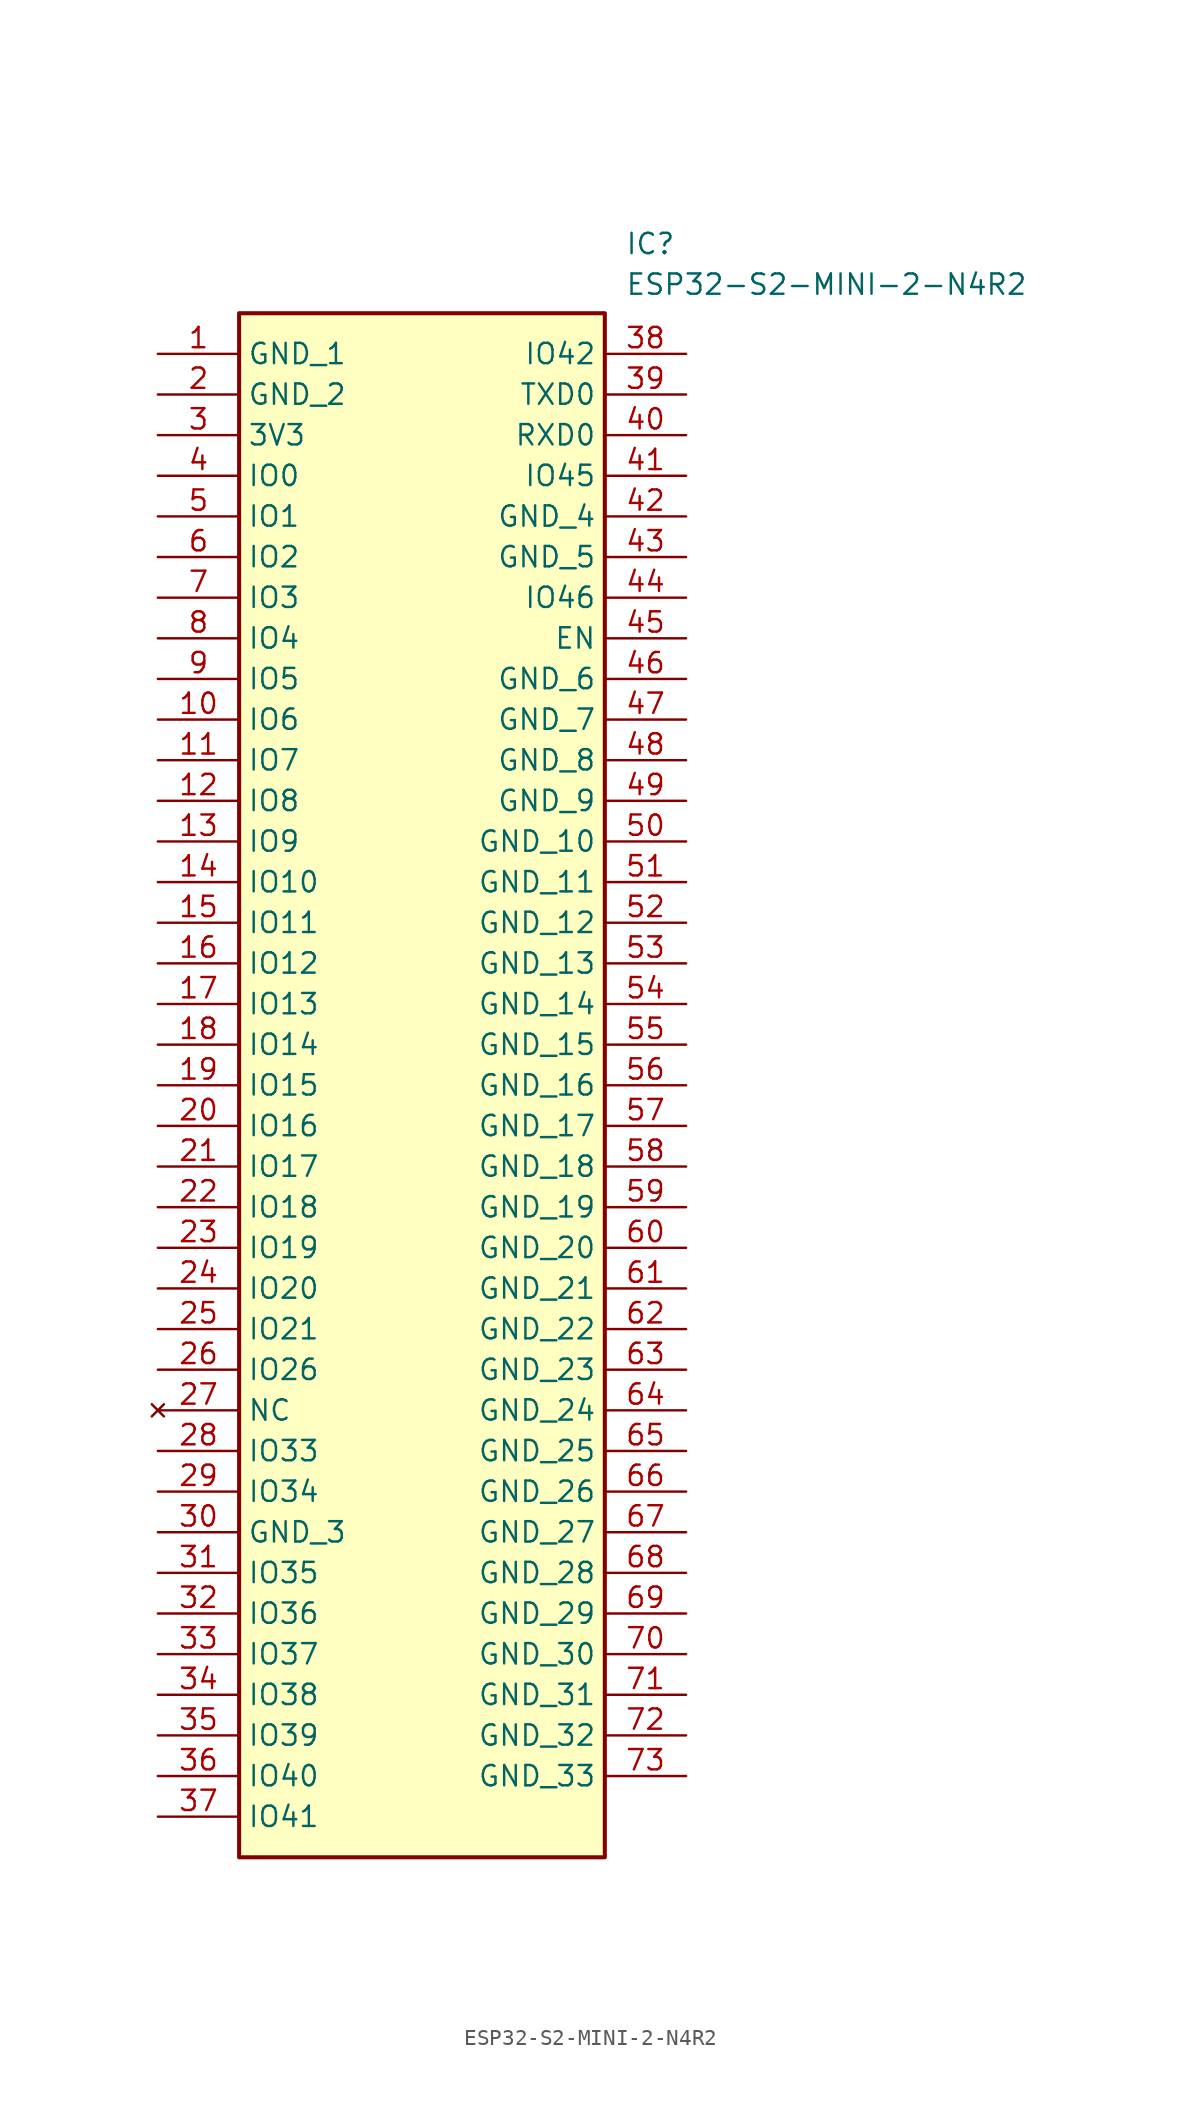
<source format=kicad_sym>
(kicad_symbol_lib
  (version 20211014)
  (generator SamacSys_ECAD_Model)
  (symbol "ESP32-S2-MINI-2-N4R2"
    (property "Reference" "IC"
      (at 29.21 7.62 0)
      (effects (font (size 1.27 1.27)) (justify left top)))
    (property "Value" "ESP32-S2-MINI-2-N4R2"
      (at 29.21 5.08 0)
      (effects (font (size 1.27 1.27)) (justify left top)))
    (rectangle
      (start 5.08 2.54)
      (end 27.94 -93.98)
      (stroke (width 0.254) (type default))
      (fill (type background)))
    (pin passive line
      (at 0 0 0)
      (length 5.08)
      (name "GND_1" (effects (font (size 1.27 1.27))))
      (number "1" (effects (font (size 1.27 1.27)))))
    (pin passive line
      (at 0 -2.54 0)
      (length 5.08)
      (name "GND_2" (effects (font (size 1.27 1.27))))
      (number "2" (effects (font (size 1.27 1.27)))))
    (pin passive line
      (at 0 -5.08 0)
      (length 5.08)
      (name "3V3" (effects (font (size 1.27 1.27))))
      (number "3" (effects (font (size 1.27 1.27)))))
    (pin passive line
      (at 0 -7.62 0)
      (length 5.08)
      (name "IO0" (effects (font (size 1.27 1.27))))
      (number "4" (effects (font (size 1.27 1.27)))))
    (pin passive line
      (at 0 -10.16 0)
      (length 5.08)
      (name "IO1" (effects (font (size 1.27 1.27))))
      (number "5" (effects (font (size 1.27 1.27)))))
    (pin passive line
      (at 0 -12.7 0)
      (length 5.08)
      (name "IO2" (effects (font (size 1.27 1.27))))
      (number "6" (effects (font (size 1.27 1.27)))))
    (pin passive line
      (at 0 -15.24 0)
      (length 5.08)
      (name "IO3" (effects (font (size 1.27 1.27))))
      (number "7" (effects (font (size 1.27 1.27)))))
    (pin passive line
      (at 0 -17.78 0)
      (length 5.08)
      (name "IO4" (effects (font (size 1.27 1.27))))
      (number "8" (effects (font (size 1.27 1.27)))))
    (pin passive line
      (at 0 -20.32 0)
      (length 5.08)
      (name "IO5" (effects (font (size 1.27 1.27))))
      (number "9" (effects (font (size 1.27 1.27)))))
    (pin passive line
      (at 0 -22.86 0)
      (length 5.08)
      (name "IO6" (effects (font (size 1.27 1.27))))
      (number "10" (effects (font (size 1.27 1.27)))))
    (pin passive line
      (at 0 -25.4 0)
      (length 5.08)
      (name "IO7" (effects (font (size 1.27 1.27))))
      (number "11" (effects (font (size 1.27 1.27)))))
    (pin passive line
      (at 0 -27.94 0)
      (length 5.08)
      (name "IO8" (effects (font (size 1.27 1.27))))
      (number "12" (effects (font (size 1.27 1.27)))))
    (pin passive line
      (at 0 -30.48 0)
      (length 5.08)
      (name "IO9" (effects (font (size 1.27 1.27))))
      (number "13" (effects (font (size 1.27 1.27)))))
    (pin passive line
      (at 0 -33.02 0)
      (length 5.08)
      (name "IO10" (effects (font (size 1.27 1.27))))
      (number "14" (effects (font (size 1.27 1.27)))))
    (pin passive line
      (at 0 -35.56 0)
      (length 5.08)
      (name "IO11" (effects (font (size 1.27 1.27))))
      (number "15" (effects (font (size 1.27 1.27)))))
    (pin passive line
      (at 0 -38.1 0)
      (length 5.08)
      (name "IO12" (effects (font (size 1.27 1.27))))
      (number "16" (effects (font (size 1.27 1.27)))))
    (pin passive line
      (at 0 -40.64 0)
      (length 5.08)
      (name "IO13" (effects (font (size 1.27 1.27))))
      (number "17" (effects (font (size 1.27 1.27)))))
    (pin passive line
      (at 0 -43.18 0)
      (length 5.08)
      (name "IO14" (effects (font (size 1.27 1.27))))
      (number "18" (effects (font (size 1.27 1.27)))))
    (pin passive line
      (at 0 -45.72 0)
      (length 5.08)
      (name "IO15" (effects (font (size 1.27 1.27))))
      (number "19" (effects (font (size 1.27 1.27)))))
    (pin passive line
      (at 0 -48.26 0)
      (length 5.08)
      (name "IO16" (effects (font (size 1.27 1.27))))
      (number "20" (effects (font (size 1.27 1.27)))))
    (pin passive line
      (at 0 -50.8 0)
      (length 5.08)
      (name "IO17" (effects (font (size 1.27 1.27))))
      (number "21" (effects (font (size 1.27 1.27)))))
    (pin passive line
      (at 0 -53.34 0)
      (length 5.08)
      (name "IO18" (effects (font (size 1.27 1.27))))
      (number "22" (effects (font (size 1.27 1.27)))))
    (pin passive line
      (at 0 -55.88 0)
      (length 5.08)
      (name "IO19" (effects (font (size 1.27 1.27))))
      (number "23" (effects (font (size 1.27 1.27)))))
    (pin passive line
      (at 0 -58.42 0)
      (length 5.08)
      (name "IO20" (effects (font (size 1.27 1.27))))
      (number "24" (effects (font (size 1.27 1.27)))))
    (pin passive line
      (at 0 -60.96 0)
      (length 5.08)
      (name "IO21" (effects (font (size 1.27 1.27))))
      (number "25" (effects (font (size 1.27 1.27)))))
    (pin passive line
      (at 0 -63.5 0)
      (length 5.08)
      (name "IO26" (effects (font (size 1.27 1.27))))
      (number "26" (effects (font (size 1.27 1.27)))))
    (pin no_connect line
      (at 0 -66.04 0)
      (length 5.08)
      (name "NC" (effects (font (size 1.27 1.27))))
      (number "27" (effects (font (size 1.27 1.27)))))
    (pin passive line
      (at 0 -68.58 0)
      (length 5.08)
      (name "IO33" (effects (font (size 1.27 1.27))))
      (number "28" (effects (font (size 1.27 1.27)))))
    (pin passive line
      (at 0 -71.12 0)
      (length 5.08)
      (name "IO34" (effects (font (size 1.27 1.27))))
      (number "29" (effects (font (size 1.27 1.27)))))
    (pin passive line
      (at 0 -73.66 0)
      (length 5.08)
      (name "GND_3" (effects (font (size 1.27 1.27))))
      (number "30" (effects (font (size 1.27 1.27)))))
    (pin passive line
      (at 0 -76.2 0)
      (length 5.08)
      (name "IO35" (effects (font (size 1.27 1.27))))
      (number "31" (effects (font (size 1.27 1.27)))))
    (pin passive line
      (at 0 -78.74 0)
      (length 5.08)
      (name "IO36" (effects (font (size 1.27 1.27))))
      (number "32" (effects (font (size 1.27 1.27)))))
    (pin passive line
      (at 0 -81.28 0)
      (length 5.08)
      (name "IO37" (effects (font (size 1.27 1.27))))
      (number "33" (effects (font (size 1.27 1.27)))))
    (pin passive line
      (at 0 -83.82 0)
      (length 5.08)
      (name "IO38" (effects (font (size 1.27 1.27))))
      (number "34" (effects (font (size 1.27 1.27)))))
    (pin passive line
      (at 0 -86.36 0)
      (length 5.08)
      (name "IO39" (effects (font (size 1.27 1.27))))
      (number "35" (effects (font (size 1.27 1.27)))))
    (pin passive line
      (at 0 -88.9 0)
      (length 5.08)
      (name "IO40" (effects (font (size 1.27 1.27))))
      (number "36" (effects (font (size 1.27 1.27)))))
    (pin passive line
      (at 0 -91.44 0)
      (length 5.08)
      (name "IO41" (effects (font (size 1.27 1.27))))
      (number "37" (effects (font (size 1.27 1.27)))))
    (pin passive line
      (at 33.02 0 180)
      (length 5.08)
      (name "IO42" (effects (font (size 1.27 1.27))))
      (number "38" (effects (font (size 1.27 1.27)))))
    (pin passive line
      (at 33.02 -2.54 180)
      (length 5.08)
      (name "TXD0" (effects (font (size 1.27 1.27))))
      (number "39" (effects (font (size 1.27 1.27)))))
    (pin passive line
      (at 33.02 -5.08 180)
      (length 5.08)
      (name "RXD0" (effects (font (size 1.27 1.27))))
      (number "40" (effects (font (size 1.27 1.27)))))
    (pin passive line
      (at 33.02 -7.62 180)
      (length 5.08)
      (name "IO45" (effects (font (size 1.27 1.27))))
      (number "41" (effects (font (size 1.27 1.27)))))
    (pin passive line
      (at 33.02 -10.16 180)
      (length 5.08)
      (name "GND_4" (effects (font (size 1.27 1.27))))
      (number "42" (effects (font (size 1.27 1.27)))))
    (pin passive line
      (at 33.02 -12.7 180)
      (length 5.08)
      (name "GND_5" (effects (font (size 1.27 1.27))))
      (number "43" (effects (font (size 1.27 1.27)))))
    (pin passive line
      (at 33.02 -15.24 180)
      (length 5.08)
      (name "IO46" (effects (font (size 1.27 1.27))))
      (number "44" (effects (font (size 1.27 1.27)))))
    (pin passive line
      (at 33.02 -17.78 180)
      (length 5.08)
      (name "EN" (effects (font (size 1.27 1.27))))
      (number "45" (effects (font (size 1.27 1.27)))))
    (pin passive line
      (at 33.02 -20.32 180)
      (length 5.08)
      (name "GND_6" (effects (font (size 1.27 1.27))))
      (number "46" (effects (font (size 1.27 1.27)))))
    (pin passive line
      (at 33.02 -22.86 180)
      (length 5.08)
      (name "GND_7" (effects (font (size 1.27 1.27))))
      (number "47" (effects (font (size 1.27 1.27)))))
    (pin passive line
      (at 33.02 -25.4 180)
      (length 5.08)
      (name "GND_8" (effects (font (size 1.27 1.27))))
      (number "48" (effects (font (size 1.27 1.27)))))
    (pin passive line
      (at 33.02 -27.94 180)
      (length 5.08)
      (name "GND_9" (effects (font (size 1.27 1.27))))
      (number "49" (effects (font (size 1.27 1.27)))))
    (pin passive line
      (at 33.02 -30.48 180)
      (length 5.08)
      (name "GND_10" (effects (font (size 1.27 1.27))))
      (number "50" (effects (font (size 1.27 1.27)))))
    (pin passive line
      (at 33.02 -33.02 180)
      (length 5.08)
      (name "GND_11" (effects (font (size 1.27 1.27))))
      (number "51" (effects (font (size 1.27 1.27)))))
    (pin passive line
      (at 33.02 -35.56 180)
      (length 5.08)
      (name "GND_12" (effects (font (size 1.27 1.27))))
      (number "52" (effects (font (size 1.27 1.27)))))
    (pin passive line
      (at 33.02 -38.1 180)
      (length 5.08)
      (name "GND_13" (effects (font (size 1.27 1.27))))
      (number "53" (effects (font (size 1.27 1.27)))))
    (pin passive line
      (at 33.02 -40.64 180)
      (length 5.08)
      (name "GND_14" (effects (font (size 1.27 1.27))))
      (number "54" (effects (font (size 1.27 1.27)))))
    (pin passive line
      (at 33.02 -43.18 180)
      (length 5.08)
      (name "GND_15" (effects (font (size 1.27 1.27))))
      (number "55" (effects (font (size 1.27 1.27)))))
    (pin passive line
      (at 33.02 -45.72 180)
      (length 5.08)
      (name "GND_16" (effects (font (size 1.27 1.27))))
      (number "56" (effects (font (size 1.27 1.27)))))
    (pin passive line
      (at 33.02 -48.26 180)
      (length 5.08)
      (name "GND_17" (effects (font (size 1.27 1.27))))
      (number "57" (effects (font (size 1.27 1.27)))))
    (pin passive line
      (at 33.02 -50.8 180)
      (length 5.08)
      (name "GND_18" (effects (font (size 1.27 1.27))))
      (number "58" (effects (font (size 1.27 1.27)))))
    (pin passive line
      (at 33.02 -53.34 180)
      (length 5.08)
      (name "GND_19" (effects (font (size 1.27 1.27))))
      (number "59" (effects (font (size 1.27 1.27)))))
    (pin passive line
      (at 33.02 -55.88 180)
      (length 5.08)
      (name "GND_20" (effects (font (size 1.27 1.27))))
      (number "60" (effects (font (size 1.27 1.27)))))
    (pin passive line
      (at 33.02 -58.42 180)
      (length 5.08)
      (name "GND_21" (effects (font (size 1.27 1.27))))
      (number "61" (effects (font (size 1.27 1.27)))))
    (pin passive line
      (at 33.02 -60.96 180)
      (length 5.08)
      (name "GND_22" (effects (font (size 1.27 1.27))))
      (number "62" (effects (font (size 1.27 1.27)))))
    (pin passive line
      (at 33.02 -63.5 180)
      (length 5.08)
      (name "GND_23" (effects (font (size 1.27 1.27))))
      (number "63" (effects (font (size 1.27 1.27)))))
    (pin passive line
      (at 33.02 -66.04 180)
      (length 5.08)
      (name "GND_24" (effects (font (size 1.27 1.27))))
      (number "64" (effects (font (size 1.27 1.27)))))
    (pin passive line
      (at 33.02 -68.58 180)
      (length 5.08)
      (name "GND_25" (effects (font (size 1.27 1.27))))
      (number "65" (effects (font (size 1.27 1.27)))))
    (pin passive line
      (at 33.02 -71.12 180)
      (length 5.08)
      (name "GND_26" (effects (font (size 1.27 1.27))))
      (number "66" (effects (font (size 1.27 1.27)))))
    (pin passive line
      (at 33.02 -73.66 180)
      (length 5.08)
      (name "GND_27" (effects (font (size 1.27 1.27))))
      (number "67" (effects (font (size 1.27 1.27)))))
    (pin passive line
      (at 33.02 -76.2 180)
      (length 5.08)
      (name "GND_28" (effects (font (size 1.27 1.27))))
      (number "68" (effects (font (size 1.27 1.27)))))
    (pin passive line
      (at 33.02 -78.74 180)
      (length 5.08)
      (name "GND_29" (effects (font (size 1.27 1.27))))
      (number "69" (effects (font (size 1.27 1.27)))))
    (pin passive line
      (at 33.02 -81.28 180)
      (length 5.08)
      (name "GND_30" (effects (font (size 1.27 1.27))))
      (number "70" (effects (font (size 1.27 1.27)))))
    (pin passive line
      (at 33.02 -83.82 180)
      (length 5.08)
      (name "GND_31" (effects (font (size 1.27 1.27))))
      (number "71" (effects (font (size 1.27 1.27)))))
    (pin passive line
      (at 33.02 -86.36 180)
      (length 5.08)
      (name "GND_32" (effects (font (size 1.27 1.27))))
      (number "72" (effects (font (size 1.27 1.27)))))
    (pin passive line
      (at 33.02 -88.9 180)
      (length 5.08)
      (name "GND_33" (effects (font (size 1.27 1.27))))
      (number "73" (effects (font (size 1.27 1.27)))))))
</source>
